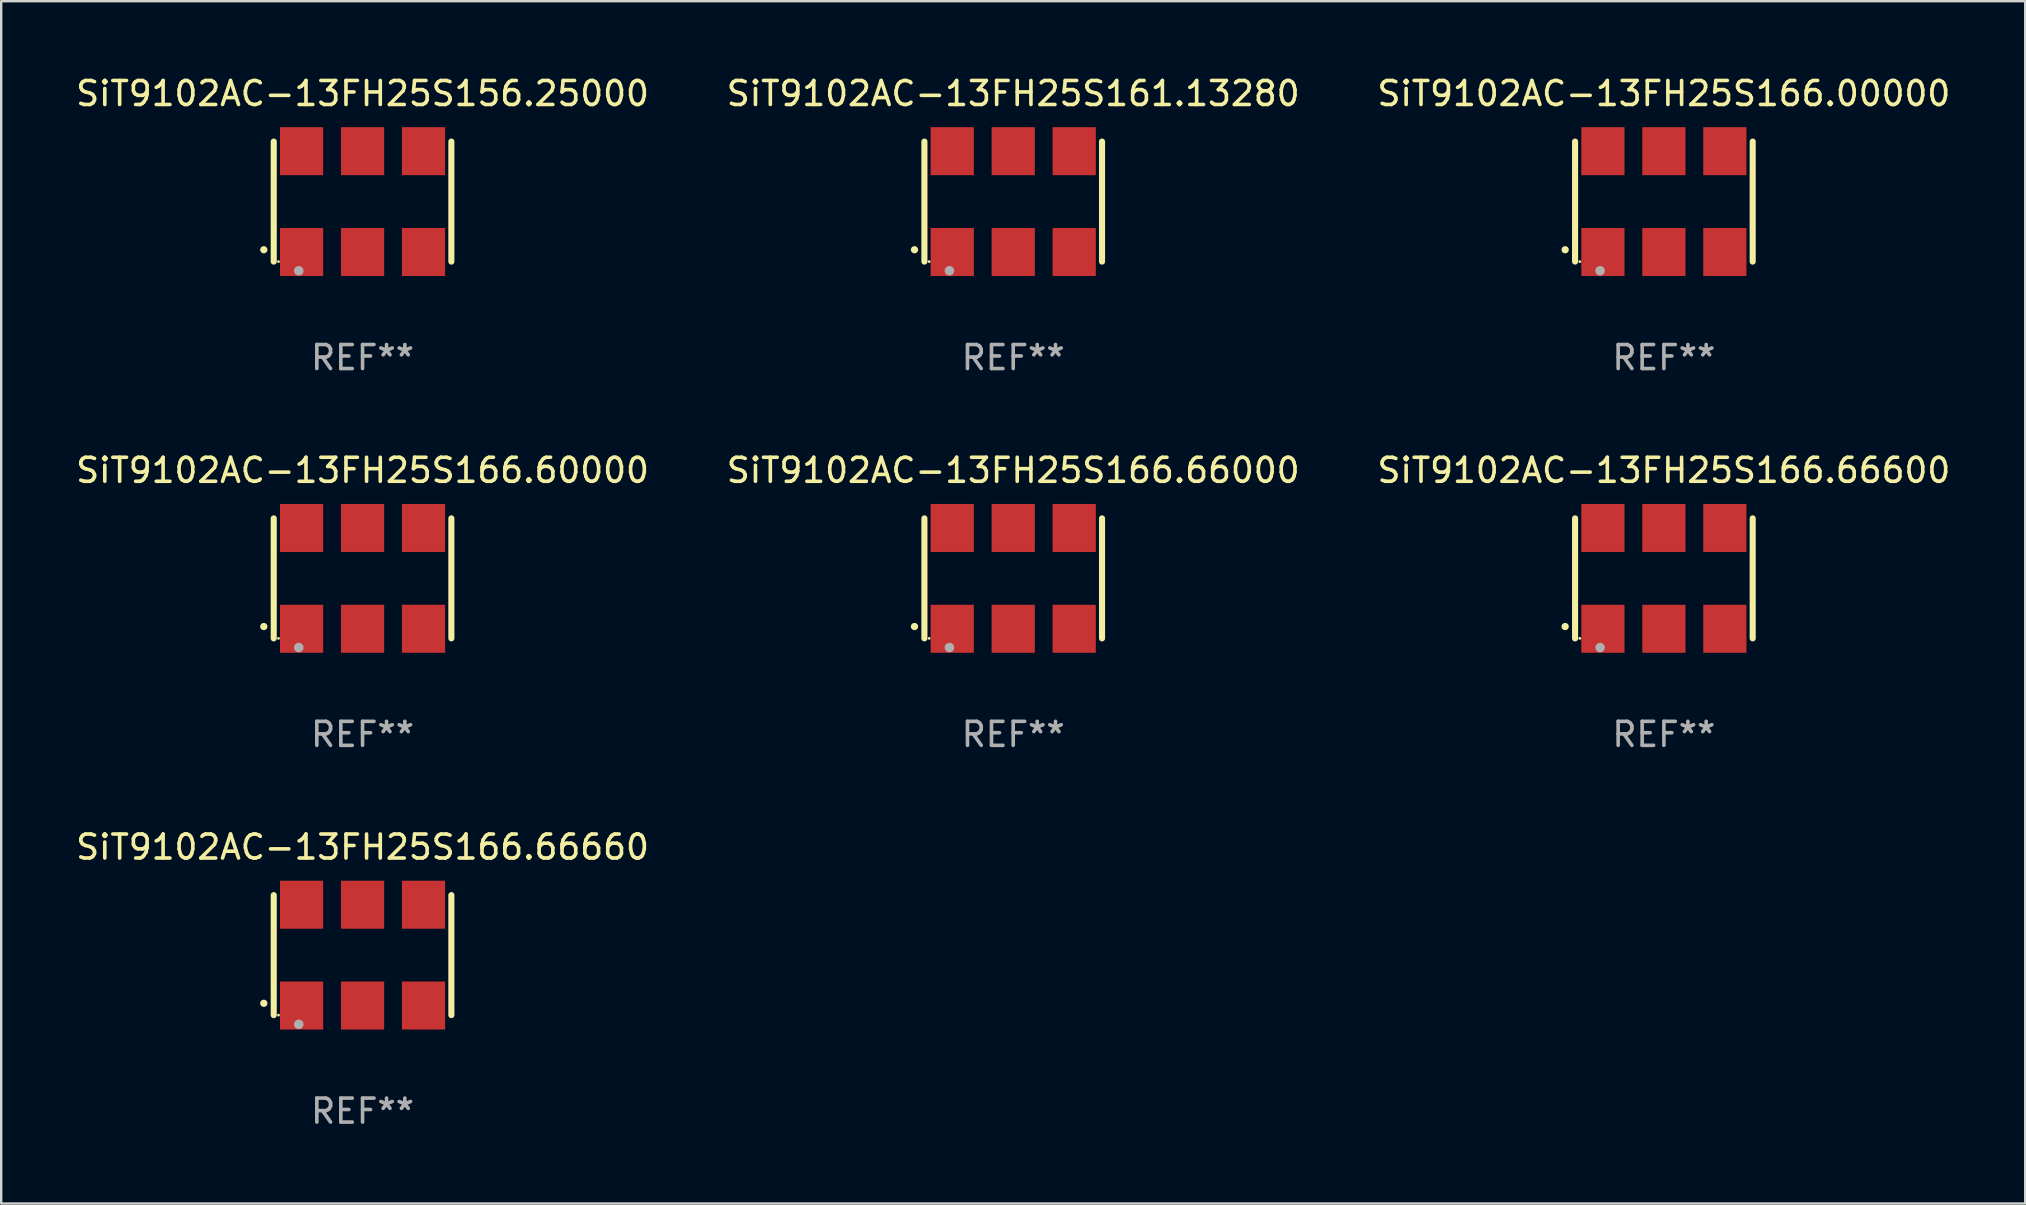
<source format=kicad_pcb>
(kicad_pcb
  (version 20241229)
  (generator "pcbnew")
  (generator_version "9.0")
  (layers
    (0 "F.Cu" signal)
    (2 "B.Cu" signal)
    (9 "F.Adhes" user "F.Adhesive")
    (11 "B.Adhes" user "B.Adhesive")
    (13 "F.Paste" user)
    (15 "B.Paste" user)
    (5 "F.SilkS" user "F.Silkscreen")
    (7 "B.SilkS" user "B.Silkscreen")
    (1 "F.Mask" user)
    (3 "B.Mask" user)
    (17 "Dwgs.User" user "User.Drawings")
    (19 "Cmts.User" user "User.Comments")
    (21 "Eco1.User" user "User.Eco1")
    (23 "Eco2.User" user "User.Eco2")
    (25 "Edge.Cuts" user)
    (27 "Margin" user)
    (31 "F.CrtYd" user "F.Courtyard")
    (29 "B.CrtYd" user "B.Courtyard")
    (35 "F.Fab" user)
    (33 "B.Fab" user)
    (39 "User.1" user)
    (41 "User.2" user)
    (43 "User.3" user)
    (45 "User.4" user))
  (footprint "SiT9102AC-13FH25S166.66600"
    (layer "F.Cu")
    (at 66.268 21.045)
    (property "Reference" "SiT9102AC-13FH25S166.66600" (at 0 -4.5 0) (layer "F.SilkS") (effects (font (size 1 1) (thickness 0.15))))
    (attr through_hole)
    (fp_line (start -3.7 -2.5) (end -3.7 2.5) (stroke (width 0.254) (type solid)) (layer "F.SilkS"))
    (fp_line (start 3.7 -2.5) (end 3.7 2.5) (stroke (width 0.254) (type solid)) (layer "F.SilkS"))
    (fp_arc (start -4.114415 2.006604) (mid -4.113145 2.006599) (end -4.111875 2.006604) (stroke (width 0.3) (type solid)) (layer "F.SilkS"))
    (fp_circle (center -3.502 2.5) (end -3.472 2.5) (stroke (width 0.06) (type solid)) (fill no) (layer "F.SilkS"))
    (fp_circle (center -2.657 2.882) (end -2.557 2.882) (stroke (width 0.2) (type solid)) (fill no) (layer "F.Fab"))
    (fp_text user "REF**" (at 0 6.5 0) (layer "F.Fab") (effects (font (size 1 1) (thickness 0.15))))
    (pad "1" smd rect (at -2.54 2.1) (size 1.8 2) (layers "F.Cu" "F.Mask" "F.Paste"))
    (pad "2" smd rect (at 0.000394 2.1) (size 1.8 2) (layers "F.Cu" "F.Mask" "F.Paste"))
    (pad "3" smd rect (at 2.54 2.1) (size 1.8 2) (layers "F.Cu" "F.Mask" "F.Paste"))
    (pad "4" smd rect (at 2.54 -2.1) (size 1.8 2) (layers "F.Cu" "F.Mask" "F.Paste"))
    (pad "5" smd rect (at 0.000394 -2.1) (size 1.8 2) (layers "F.Cu" "F.Mask" "F.Paste"))
    (pad "6" smd rect (at -2.54 -2.1) (size 1.8 2) (layers "F.Cu" "F.Mask" "F.Paste")))
  (footprint "SiT9102AC-13FH25S156.25000"
    (layer "F.Cu")
    (at 12.054 5.348)
    (property "Reference" "SiT9102AC-13FH25S156.25000" (at 0 -4.5 0) (layer "F.SilkS") (effects (font (size 1 1) (thickness 0.15))))
    (attr through_hole)
    (fp_line (start -3.7 -2.5) (end -3.7 2.5) (stroke (width 0.254) (type solid)) (layer "F.SilkS"))
    (fp_line (start 3.7 -2.5) (end 3.7 2.5) (stroke (width 0.254) (type solid)) (layer "F.SilkS"))
    (fp_arc (start -4.114415 2.006604) (mid -4.113145 2.006599) (end -4.111875 2.006604) (stroke (width 0.3) (type solid)) (layer "F.SilkS"))
    (fp_circle (center -3.502 2.5) (end -3.472 2.5) (stroke (width 0.06) (type solid)) (fill no) (layer "F.SilkS"))
    (fp_circle (center -2.657 2.882) (end -2.557 2.882) (stroke (width 0.2) (type solid)) (fill no) (layer "F.Fab"))
    (fp_text user "REF**" (at 0 6.5 0) (layer "F.Fab") (effects (font (size 1 1) (thickness 0.15))))
    (pad "1" smd rect (at -2.54 2.1) (size 1.8 2) (layers "F.Cu" "F.Mask" "F.Paste"))
    (pad "2" smd rect (at 0.000394 2.1) (size 1.8 2) (layers "F.Cu" "F.Mask" "F.Paste"))
    (pad "3" smd rect (at 2.54 2.1) (size 1.8 2) (layers "F.Cu" "F.Mask" "F.Paste"))
    (pad "4" smd rect (at 2.54 -2.1) (size 1.8 2) (layers "F.Cu" "F.Mask" "F.Paste"))
    (pad "5" smd rect (at 0.000394 -2.1) (size 1.8 2) (layers "F.Cu" "F.Mask" "F.Paste"))
    (pad "6" smd rect (at -2.54 -2.1) (size 1.8 2) (layers "F.Cu" "F.Mask" "F.Paste")))
  (footprint "SiT9102AC-13FH25S166.66000"
    (layer "F.Cu")
    (at 39.161 21.045)
    (property "Reference" "SiT9102AC-13FH25S166.66000" (at 0 -4.5 0) (layer "F.SilkS") (effects (font (size 1 1) (thickness 0.15))))
    (attr through_hole)
    (fp_line (start -3.7 -2.5) (end -3.7 2.5) (stroke (width 0.254) (type solid)) (layer "F.SilkS"))
    (fp_line (start 3.7 -2.5) (end 3.7 2.5) (stroke (width 0.254) (type solid)) (layer "F.SilkS"))
    (fp_arc (start -4.114415 2.006604) (mid -4.113145 2.006599) (end -4.111875 2.006604) (stroke (width 0.3) (type solid)) (layer "F.SilkS"))
    (fp_circle (center -3.502 2.5) (end -3.472 2.5) (stroke (width 0.06) (type solid)) (fill no) (layer "F.SilkS"))
    (fp_circle (center -2.657 2.882) (end -2.557 2.882) (stroke (width 0.2) (type solid)) (fill no) (layer "F.Fab"))
    (fp_text user "REF**" (at 0 6.5 0) (layer "F.Fab") (effects (font (size 1 1) (thickness 0.15))))
    (pad "1" smd rect (at -2.54 2.1) (size 1.8 2) (layers "F.Cu" "F.Mask" "F.Paste"))
    (pad "2" smd rect (at 0.000394 2.1) (size 1.8 2) (layers "F.Cu" "F.Mask" "F.Paste"))
    (pad "3" smd rect (at 2.54 2.1) (size 1.8 2) (layers "F.Cu" "F.Mask" "F.Paste"))
    (pad "4" smd rect (at 2.54 -2.1) (size 1.8 2) (layers "F.Cu" "F.Mask" "F.Paste"))
    (pad "5" smd rect (at 0.000394 -2.1) (size 1.8 2) (layers "F.Cu" "F.Mask" "F.Paste"))
    (pad "6" smd rect (at -2.54 -2.1) (size 1.8 2) (layers "F.Cu" "F.Mask" "F.Paste")))
  (footprint "SiT9102AC-13FH25S161.13280"
    (layer "F.Cu")
    (at 39.161 5.348)
    (property "Reference" "SiT9102AC-13FH25S161.13280" (at 0 -4.5 0) (layer "F.SilkS") (effects (font (size 1 1) (thickness 0.15))))
    (attr through_hole)
    (fp_line (start -3.7 -2.5) (end -3.7 2.5) (stroke (width 0.254) (type solid)) (layer "F.SilkS"))
    (fp_line (start 3.7 -2.5) (end 3.7 2.5) (stroke (width 0.254) (type solid)) (layer "F.SilkS"))
    (fp_arc (start -4.114415 2.006604) (mid -4.113145 2.006599) (end -4.111875 2.006604) (stroke (width 0.3) (type solid)) (layer "F.SilkS"))
    (fp_circle (center -3.502 2.5) (end -3.472 2.5) (stroke (width 0.06) (type solid)) (fill no) (layer "F.SilkS"))
    (fp_circle (center -2.657 2.882) (end -2.557 2.882) (stroke (width 0.2) (type solid)) (fill no) (layer "F.Fab"))
    (fp_text user "REF**" (at 0 6.5 0) (layer "F.Fab") (effects (font (size 1 1) (thickness 0.15))))
    (pad "1" smd rect (at -2.54 2.1) (size 1.8 2) (layers "F.Cu" "F.Mask" "F.Paste"))
    (pad "2" smd rect (at 0.000394 2.1) (size 1.8 2) (layers "F.Cu" "F.Mask" "F.Paste"))
    (pad "3" smd rect (at 2.54 2.1) (size 1.8 2) (layers "F.Cu" "F.Mask" "F.Paste"))
    (pad "4" smd rect (at 2.54 -2.1) (size 1.8 2) (layers "F.Cu" "F.Mask" "F.Paste"))
    (pad "5" smd rect (at 0.000394 -2.1) (size 1.8 2) (layers "F.Cu" "F.Mask" "F.Paste"))
    (pad "6" smd rect (at -2.54 -2.1) (size 1.8 2) (layers "F.Cu" "F.Mask" "F.Paste")))
  (footprint "SiT9102AC-13FH25S166.66660"
    (layer "F.Cu")
    (at 12.054 36.741)
    (property "Reference" "SiT9102AC-13FH25S166.66660" (at 0 -4.5 0) (layer "F.SilkS") (effects (font (size 1 1) (thickness 0.15))))
    (attr through_hole)
    (fp_line (start -3.7 -2.5) (end -3.7 2.5) (stroke (width 0.254) (type solid)) (layer "F.SilkS"))
    (fp_line (start 3.7 -2.5) (end 3.7 2.5) (stroke (width 0.254) (type solid)) (layer "F.SilkS"))
    (fp_arc (start -4.114415 2.006604) (mid -4.113145 2.006599) (end -4.111875 2.006604) (stroke (width 0.3) (type solid)) (layer "F.SilkS"))
    (fp_circle (center -3.502 2.5) (end -3.472 2.5) (stroke (width 0.06) (type solid)) (fill no) (layer "F.SilkS"))
    (fp_circle (center -2.657 2.882) (end -2.557 2.882) (stroke (width 0.2) (type solid)) (fill no) (layer "F.Fab"))
    (fp_text user "REF**" (at 0 6.5 0) (layer "F.Fab") (effects (font (size 1 1) (thickness 0.15))))
    (pad "1" smd rect (at -2.54 2.1) (size 1.8 2) (layers "F.Cu" "F.Mask" "F.Paste"))
    (pad "2" smd rect (at 0.000394 2.1) (size 1.8 2) (layers "F.Cu" "F.Mask" "F.Paste"))
    (pad "3" smd rect (at 2.54 2.1) (size 1.8 2) (layers "F.Cu" "F.Mask" "F.Paste"))
    (pad "4" smd rect (at 2.54 -2.1) (size 1.8 2) (layers "F.Cu" "F.Mask" "F.Paste"))
    (pad "5" smd rect (at 0.000394 -2.1) (size 1.8 2) (layers "F.Cu" "F.Mask" "F.Paste"))
    (pad "6" smd rect (at -2.54 -2.1) (size 1.8 2) (layers "F.Cu" "F.Mask" "F.Paste")))
  (footprint "SiT9102AC-13FH25S166.00000"
    (layer "F.Cu")
    (at 66.268 5.348)
    (property "Reference" "SiT9102AC-13FH25S166.00000" (at 0 -4.5 0) (layer "F.SilkS") (effects (font (size 1 1) (thickness 0.15))))
    (attr through_hole)
    (fp_line (start -3.7 -2.5) (end -3.7 2.5) (stroke (width 0.254) (type solid)) (layer "F.SilkS"))
    (fp_line (start 3.7 -2.5) (end 3.7 2.5) (stroke (width 0.254) (type solid)) (layer "F.SilkS"))
    (fp_arc (start -4.114415 2.006604) (mid -4.113145 2.006599) (end -4.111875 2.006604) (stroke (width 0.3) (type solid)) (layer "F.SilkS"))
    (fp_circle (center -3.502 2.5) (end -3.472 2.5) (stroke (width 0.06) (type solid)) (fill no) (layer "F.SilkS"))
    (fp_circle (center -2.657 2.882) (end -2.557 2.882) (stroke (width 0.2) (type solid)) (fill no) (layer "F.Fab"))
    (fp_text user "REF**" (at 0 6.5 0) (layer "F.Fab") (effects (font (size 1 1) (thickness 0.15))))
    (pad "1" smd rect (at -2.54 2.1) (size 1.8 2) (layers "F.Cu" "F.Mask" "F.Paste"))
    (pad "2" smd rect (at 0.000394 2.1) (size 1.8 2) (layers "F.Cu" "F.Mask" "F.Paste"))
    (pad "3" smd rect (at 2.54 2.1) (size 1.8 2) (layers "F.Cu" "F.Mask" "F.Paste"))
    (pad "4" smd rect (at 2.54 -2.1) (size 1.8 2) (layers "F.Cu" "F.Mask" "F.Paste"))
    (pad "5" smd rect (at 0.000394 -2.1) (size 1.8 2) (layers "F.Cu" "F.Mask" "F.Paste"))
    (pad "6" smd rect (at -2.54 -2.1) (size 1.8 2) (layers "F.Cu" "F.Mask" "F.Paste")))
  (footprint "SiT9102AC-13FH25S166.60000"
    (layer "F.Cu")
    (at 12.054 21.045)
    (property "Reference" "SiT9102AC-13FH25S166.60000" (at 0 -4.5 0) (layer "F.SilkS") (effects (font (size 1 1) (thickness 0.15))))
    (attr through_hole)
    (fp_line (start -3.7 -2.5) (end -3.7 2.5) (stroke (width 0.254) (type solid)) (layer "F.SilkS"))
    (fp_line (start 3.7 -2.5) (end 3.7 2.5) (stroke (width 0.254) (type solid)) (layer "F.SilkS"))
    (fp_arc (start -4.114415 2.006604) (mid -4.113145 2.006599) (end -4.111875 2.006604) (stroke (width 0.3) (type solid)) (layer "F.SilkS"))
    (fp_circle (center -3.502 2.5) (end -3.472 2.5) (stroke (width 0.06) (type solid)) (fill no) (layer "F.SilkS"))
    (fp_circle (center -2.657 2.882) (end -2.557 2.882) (stroke (width 0.2) (type solid)) (fill no) (layer "F.Fab"))
    (fp_text user "REF**" (at 0 6.5 0) (layer "F.Fab") (effects (font (size 1 1) (thickness 0.15))))
    (pad "1" smd rect (at -2.54 2.1) (size 1.8 2) (layers "F.Cu" "F.Mask" "F.Paste"))
    (pad "2" smd rect (at 0.000394 2.1) (size 1.8 2) (layers "F.Cu" "F.Mask" "F.Paste"))
    (pad "3" smd rect (at 2.54 2.1) (size 1.8 2) (layers "F.Cu" "F.Mask" "F.Paste"))
    (pad "4" smd rect (at 2.54 -2.1) (size 1.8 2) (layers "F.Cu" "F.Mask" "F.Paste"))
    (pad "5" smd rect (at 0.000394 -2.1) (size 1.8 2) (layers "F.Cu" "F.Mask" "F.Paste"))
    (pad "6" smd rect (at -2.54 -2.1) (size 1.8 2) (layers "F.Cu" "F.Mask" "F.Paste")))
  (gr_rect
    (start -3 -3)
    (end 81.321 47.09)
    (stroke (width 0.1) (type default))
    (fill no)
    (layer "Edge.Cuts")))
</source>
